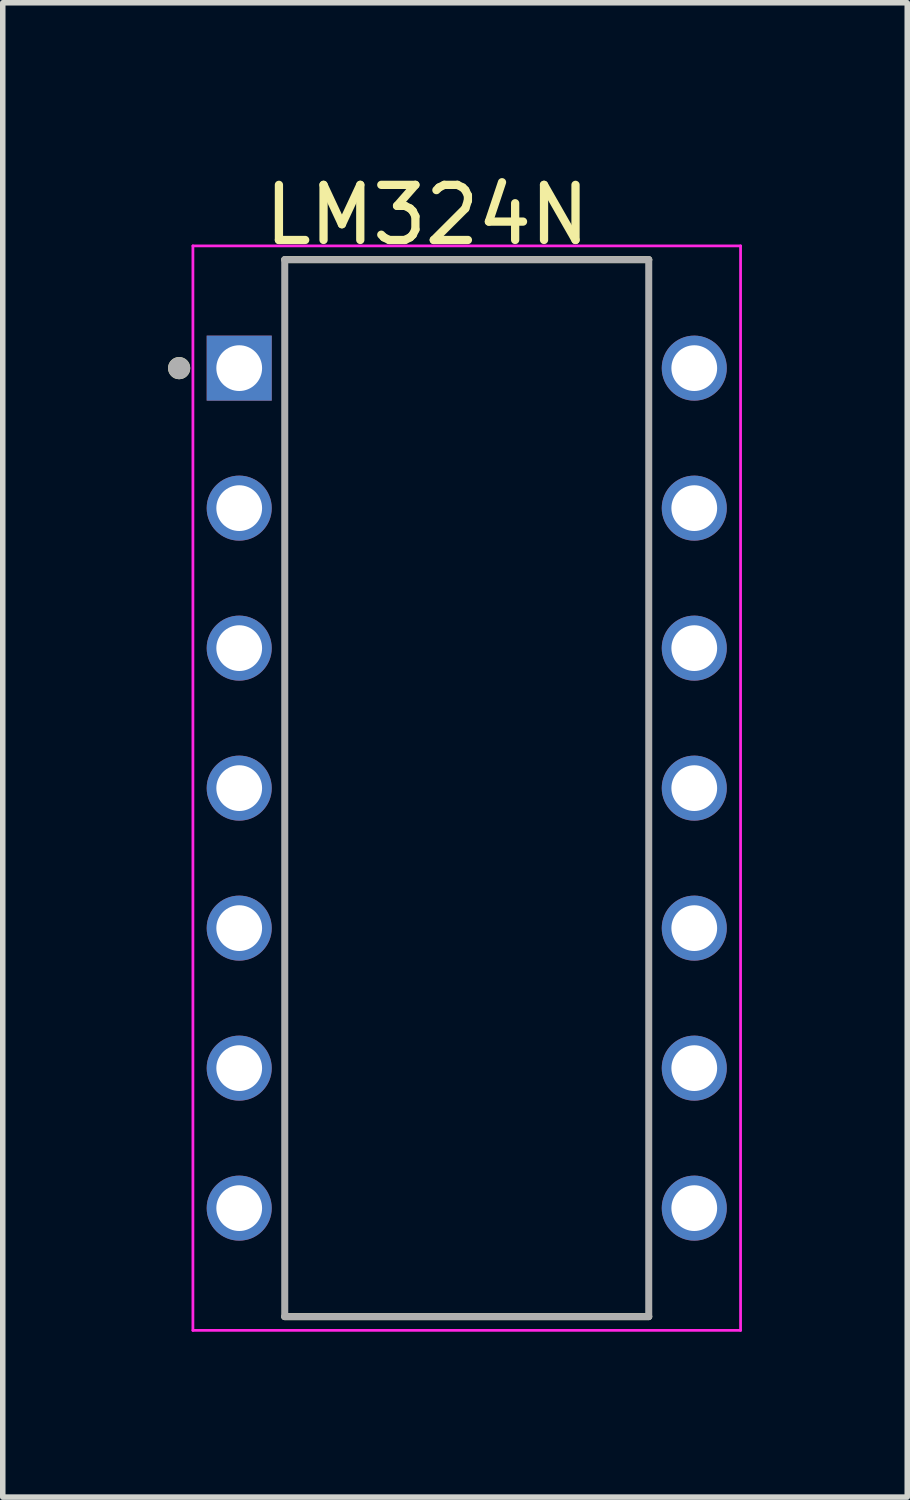
<source format=kicad_pcb>
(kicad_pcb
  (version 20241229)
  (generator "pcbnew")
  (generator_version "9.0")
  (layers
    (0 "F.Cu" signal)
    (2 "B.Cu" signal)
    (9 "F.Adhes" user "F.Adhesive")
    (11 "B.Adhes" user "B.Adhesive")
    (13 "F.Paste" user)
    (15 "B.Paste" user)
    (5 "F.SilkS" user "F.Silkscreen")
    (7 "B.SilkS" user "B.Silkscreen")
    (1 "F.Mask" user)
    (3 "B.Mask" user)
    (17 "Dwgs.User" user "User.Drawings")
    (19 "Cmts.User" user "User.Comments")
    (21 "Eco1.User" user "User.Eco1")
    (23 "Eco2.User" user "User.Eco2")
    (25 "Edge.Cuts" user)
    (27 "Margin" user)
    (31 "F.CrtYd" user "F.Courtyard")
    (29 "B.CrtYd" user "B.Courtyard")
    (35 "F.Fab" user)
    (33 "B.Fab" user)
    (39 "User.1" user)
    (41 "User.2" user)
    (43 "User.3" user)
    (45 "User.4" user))
  (footprint "LM324N"
    (layer "F.Cu")
    (at 5.418 11.249)
    (property "Reference" "LM324N" (at -0.717 -10.4 0) (layer "F.SilkS") (effects (font (size 1 1) (thickness 0.15))))
    (attr through_hole)
    (fp_line (start -3.302 -9.588) (end 3.302 -9.588) (stroke (width 0.127) (type solid)) (layer "F.SilkS"))
    (fp_line (start -3.302 9.588) (end 3.302 9.588) (stroke (width 0.127) (type solid)) (layer "F.SilkS"))
    (fp_circle (center -5.218 -7.62) (end -5.117 -7.62) (stroke (width 0.2) (type solid)) (fill no) (layer "F.SilkS"))
    (fp_line (start -4.968 -9.838) (end -4.968 9.838) (stroke (width 0.05) (type solid)) (layer "F.CrtYd"))
    (fp_line (start 4.968 -9.838) (end -4.968 -9.838) (stroke (width 0.05) (type solid)) (layer "F.CrtYd"))
    (fp_line (start 4.968 -9.838) (end 4.968 9.838) (stroke (width 0.05) (type solid)) (layer "F.CrtYd"))
    (fp_line (start 4.968 9.838) (end -4.968 9.838) (stroke (width 0.05) (type solid)) (layer "F.CrtYd"))
    (fp_line (start -3.302 -9.588) (end -3.302 9.588) (stroke (width 0.127) (type solid)) (layer "F.Fab"))
    (fp_line (start -3.302 -9.588) (end 3.302 -9.588) (stroke (width 0.127) (type solid)) (layer "F.Fab"))
    (fp_line (start -3.302 9.588) (end 3.302 9.588) (stroke (width 0.127) (type solid)) (layer "F.Fab"))
    (fp_line (start 3.302 -9.588) (end 3.302 9.588) (stroke (width 0.127) (type solid)) (layer "F.Fab"))
    (fp_circle (center -5.218 -7.62) (end -5.117 -7.62) (stroke (width 0.2) (type solid)) (fill no) (layer "F.Fab"))
    (pad "1" thru_hole rect (at -4.128 -7.62) (size 1.18 1.18) (drill 0.83) (layers "*.Cu" "*.Mask"))
    (pad "2" thru_hole circle (at -4.128 -5.08) (size 1.18 1.18) (drill 0.83) (layers "*.Cu" "*.Mask"))
    (pad "3" thru_hole circle (at -4.128 -2.54) (size 1.18 1.18) (drill 0.83) (layers "*.Cu" "*.Mask"))
    (pad "4" thru_hole circle (at -4.128 0) (size 1.18 1.18) (drill 0.83) (layers "*.Cu" "*.Mask"))
    (pad "5" thru_hole circle (at -4.128 2.54) (size 1.18 1.18) (drill 0.83) (layers "*.Cu" "*.Mask"))
    (pad "6" thru_hole circle (at -4.128 5.08) (size 1.18 1.18) (drill 0.83) (layers "*.Cu" "*.Mask"))
    (pad "7" thru_hole circle (at -4.128 7.62) (size 1.18 1.18) (drill 0.83) (layers "*.Cu" "*.Mask"))
    (pad "8" thru_hole circle (at 4.128 7.62) (size 1.18 1.18) (drill 0.83) (layers "*.Cu" "*.Mask"))
    (pad "9" thru_hole circle (at 4.128 5.08) (size 1.18 1.18) (drill 0.83) (layers "*.Cu" "*.Mask"))
    (pad "10" thru_hole circle (at 4.128 2.54) (size 1.18 1.18) (drill 0.83) (layers "*.Cu" "*.Mask"))
    (pad "11" thru_hole circle (at 4.128 0) (size 1.18 1.18) (drill 0.83) (layers "*.Cu" "*.Mask"))
    (pad "12" thru_hole circle (at 4.128 -2.54) (size 1.18 1.18) (drill 0.83) (layers "*.Cu" "*.Mask"))
    (pad "13" thru_hole circle (at 4.128 -5.08) (size 1.18 1.18) (drill 0.83) (layers "*.Cu" "*.Mask"))
    (pad "14" thru_hole circle (at 4.128 -7.62) (size 1.18 1.18) (drill 0.83) (layers "*.Cu" "*.Mask")))
  (gr_rect
    (start -3 -3)
    (end 13.41 24.112)
    (stroke (width 0.1) (type default))
    (fill no)
    (layer "Edge.Cuts")))
</source>
